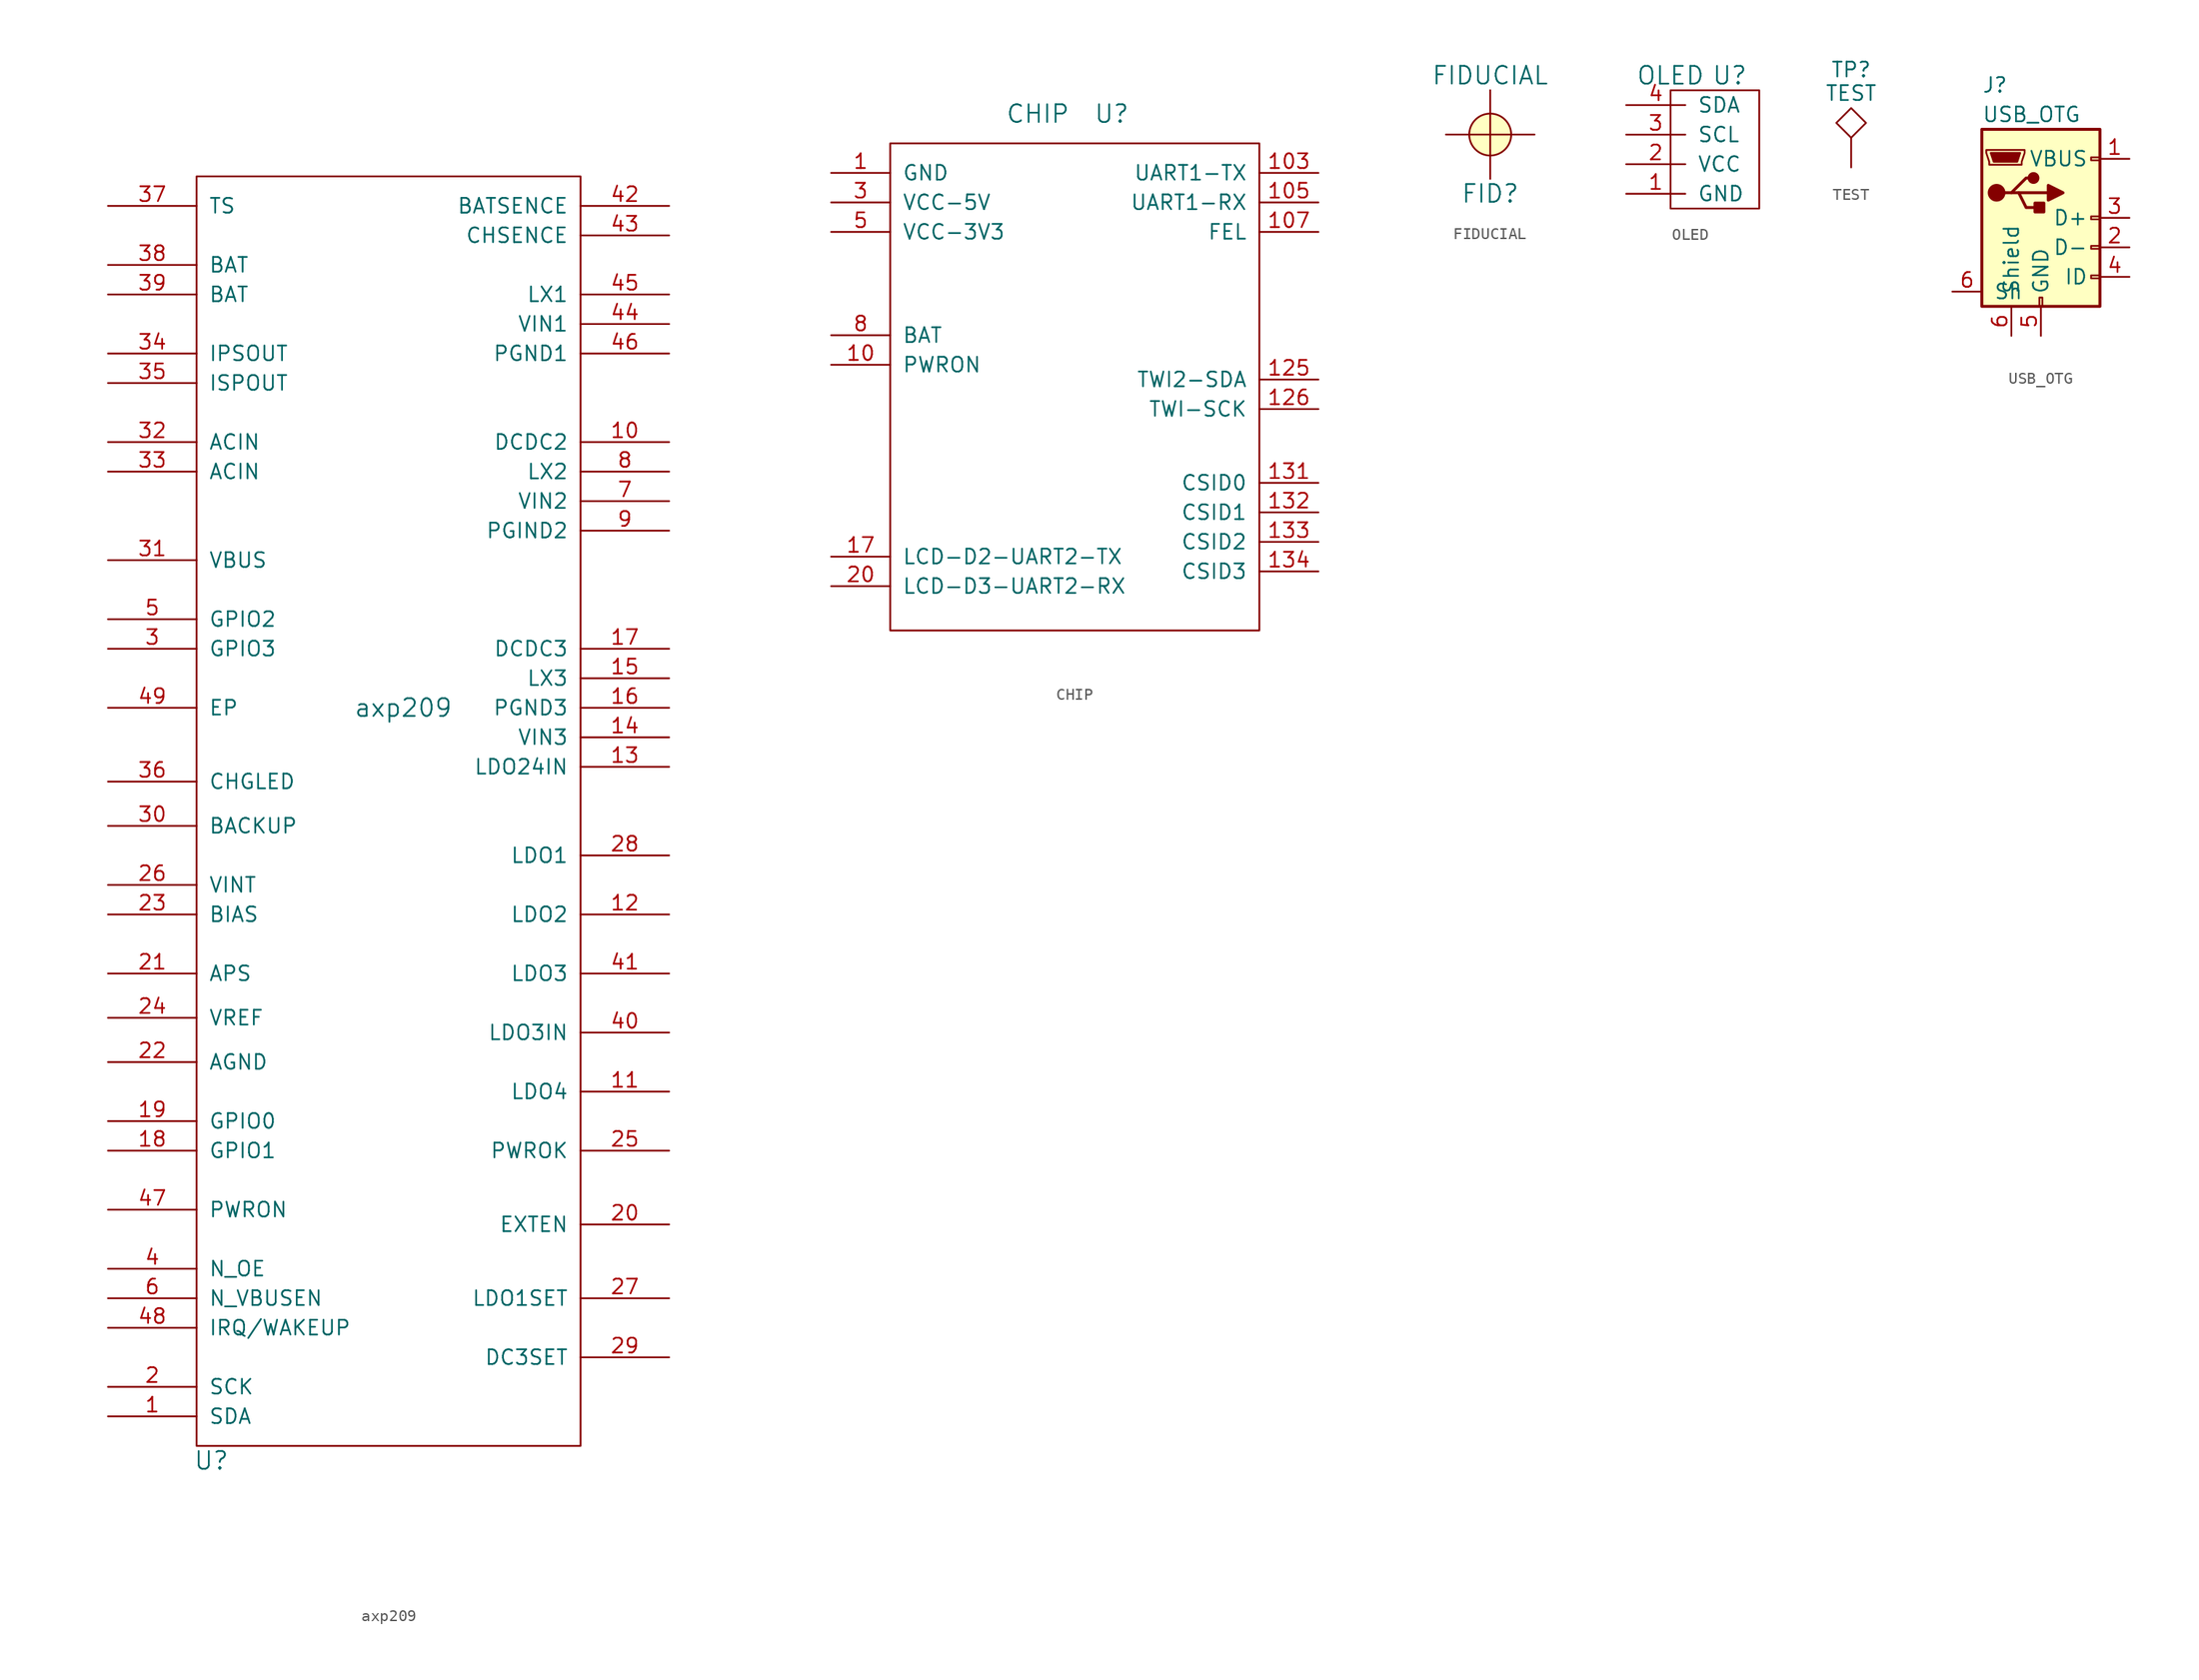
<source format=kicad_sym>
(kicad_symbol_lib
  (version 20220914)
  (generator kicad_symbol_editor)
  (symbol "axp209"
    (pin_names
      (offset 1.016))
    (property "Reference" "U"
      (at -16.51 -59.69 0)
      (effects (font (size 1.524 1.524))))
    (property "Value" "axp209"
      (at 0 5.08 0)
      (effects (font (size 1.524 1.524))))
    (property "Footprint" ""
      (at 0 1.27 0)
      (effects (font (size 1.524 1.524))))
    (property "Datasheet" ""
      (at 0 1.27 0)
      (effects (font (size 1.524 1.524))))
    (symbol "axp209_0_1"
      (rectangle (start -17.78 50.8) (end 15.24 -58.42) (stroke (width 0) (type default)) (fill (type none))))
    (symbol "axp209_1_1"
      (pin bidirectional line (at -25.4 -55.88 0) (length 7.62) (name "SDA" (effects (font (size 1.27 1.27)))) (number "1" (effects (font (size 1.27 1.27)))))
      (pin input line (at 22.86 27.94 180) (length 7.62) (name "DCDC2" (effects (font (size 1.27 1.27)))) (number "10" (effects (font (size 1.27 1.27)))))
      (pin input line (at 22.86 -27.94 180) (length 7.62) (name "LDO4" (effects (font (size 1.27 1.27)))) (number "11" (effects (font (size 1.27 1.27)))))
      (pin output line (at 22.86 -12.7 180) (length 7.62) (name "LDO2" (effects (font (size 1.27 1.27)))) (number "12" (effects (font (size 1.27 1.27)))))
      (pin power_in line (at 22.86 0 180) (length 7.62) (name "LDO24IN" (effects (font (size 1.27 1.27)))) (number "13" (effects (font (size 1.27 1.27)))))
      (pin power_in line (at 22.86 2.54 180) (length 7.62) (name "VIN3" (effects (font (size 1.27 1.27)))) (number "14" (effects (font (size 1.27 1.27)))))
      (pin bidirectional line (at 22.86 7.62 180) (length 7.62) (name "LX3" (effects (font (size 1.27 1.27)))) (number "15" (effects (font (size 1.27 1.27)))))
      (pin power_in line (at 22.86 5.08 180) (length 7.62) (name "PGND3" (effects (font (size 1.27 1.27)))) (number "16" (effects (font (size 1.27 1.27)))))
      (pin input line (at 22.86 10.16 180) (length 7.62) (name "DCDC3" (effects (font (size 1.27 1.27)))) (number "17" (effects (font (size 1.27 1.27)))))
      (pin bidirectional line (at -25.4 -33.02 0) (length 7.62) (name "GPIO1" (effects (font (size 1.27 1.27)))) (number "18" (effects (font (size 1.27 1.27)))))
      (pin bidirectional line (at -25.4 -30.48 0) (length 7.62) (name "GPIO0" (effects (font (size 1.27 1.27)))) (number "19" (effects (font (size 1.27 1.27)))))
      (pin input line (at -25.4 -53.34 0) (length 7.62) (name "SCK" (effects (font (size 1.27 1.27)))) (number "2" (effects (font (size 1.27 1.27)))))
      (pin output line (at 22.86 -39.37 180) (length 7.62) (name "EXTEN" (effects (font (size 1.27 1.27)))) (number "20" (effects (font (size 1.27 1.27)))))
      (pin power_in line (at -25.4 -17.78 0) (length 7.62) (name "APS" (effects (font (size 1.27 1.27)))) (number "21" (effects (font (size 1.27 1.27)))))
      (pin power_in line (at -25.4 -25.4 0) (length 7.62) (name "AGND" (effects (font (size 1.27 1.27)))) (number "22" (effects (font (size 1.27 1.27)))))
      (pin bidirectional line (at -25.4 -12.7 0) (length 7.62) (name "BIAS" (effects (font (size 1.27 1.27)))) (number "23" (effects (font (size 1.27 1.27)))))
      (pin output line (at -25.4 -21.59 0) (length 7.62) (name "VREF" (effects (font (size 1.27 1.27)))) (number "24" (effects (font (size 1.27 1.27)))))
      (pin output line (at 22.86 -33.02 180) (length 7.62) (name "PWROK" (effects (font (size 1.27 1.27)))) (number "25" (effects (font (size 1.27 1.27)))))
      (pin bidirectional line (at -25.4 -10.16 0) (length 7.62) (name "VINT" (effects (font (size 1.27 1.27)))) (number "26" (effects (font (size 1.27 1.27)))))
      (pin input line (at 22.86 -45.72 180) (length 7.62) (name "LDO1SET" (effects (font (size 1.27 1.27)))) (number "27" (effects (font (size 1.27 1.27)))))
      (pin power_out line (at 22.86 -7.62 180) (length 7.62) (name "LDO1" (effects (font (size 1.27 1.27)))) (number "28" (effects (font (size 1.27 1.27)))))
      (pin input line (at 22.86 -50.8 180) (length 7.62) (name "DC3SET" (effects (font (size 1.27 1.27)))) (number "29" (effects (font (size 1.27 1.27)))))
      (pin bidirectional line (at -25.4 10.16 0) (length 7.62) (name "GPIO3" (effects (font (size 1.27 1.27)))) (number "3" (effects (font (size 1.27 1.27)))))
      (pin bidirectional line (at -25.4 -5.08 0) (length 7.62) (name "BACKUP" (effects (font (size 1.27 1.27)))) (number "30" (effects (font (size 1.27 1.27)))))
      (pin power_in line (at -25.4 17.78 0) (length 7.62) (name "VBUS" (effects (font (size 1.27 1.27)))) (number "31" (effects (font (size 1.27 1.27)))))
      (pin power_in line (at -25.4 27.94 0) (length 7.62) (name "ACIN" (effects (font (size 1.27 1.27)))) (number "32" (effects (font (size 1.27 1.27)))))
      (pin power_in line (at -25.4 25.4 0) (length 7.62) (name "ACIN" (effects (font (size 1.27 1.27)))) (number "33" (effects (font (size 1.27 1.27)))))
      (pin power_out line (at -25.4 35.56 0) (length 7.62) (name "IPSOUT" (effects (font (size 1.27 1.27)))) (number "34" (effects (font (size 1.27 1.27)))))
      (pin passive line (at -25.4 33.02 0) (length 7.62) (name "ISPOUT" (effects (font (size 1.27 1.27)))) (number "35" (effects (font (size 1.27 1.27)))))
      (pin output line (at -25.4 -1.27 0) (length 7.62) (name "CHGLED" (effects (font (size 1.27 1.27)))) (number "36" (effects (font (size 1.27 1.27)))))
      (pin input line (at -25.4 48.26 0) (length 7.62) (name "TS" (effects (font (size 1.27 1.27)))) (number "37" (effects (font (size 1.27 1.27)))))
      (pin power_in line (at -25.4 43.18 0) (length 7.62) (name "BAT" (effects (font (size 1.27 1.27)))) (number "38" (effects (font (size 1.27 1.27)))))
      (pin input line (at -25.4 40.64 0) (length 7.62) (name "BAT" (effects (font (size 1.27 1.27)))) (number "39" (effects (font (size 1.27 1.27)))))
      (pin input line (at -25.4 -43.18 0) (length 7.62) (name "N_OE" (effects (font (size 1.27 1.27)))) (number "4" (effects (font (size 1.27 1.27)))))
      (pin input line (at 22.86 -22.86 180) (length 7.62) (name "LDO3IN" (effects (font (size 1.27 1.27)))) (number "40" (effects (font (size 1.27 1.27)))))
      (pin input line (at 22.86 -17.78 180) (length 7.62) (name "LDO3" (effects (font (size 1.27 1.27)))) (number "41" (effects (font (size 1.27 1.27)))))
      (pin input line (at 22.86 48.26 180) (length 7.62) (name "BATSENCE" (effects (font (size 1.27 1.27)))) (number "42" (effects (font (size 1.27 1.27)))))
      (pin output line (at 22.86 45.72 180) (length 7.62) (name "CHSENCE" (effects (font (size 1.27 1.27)))) (number "43" (effects (font (size 1.27 1.27)))))
      (pin power_in line (at 22.86 38.1 180) (length 7.62) (name "VIN1" (effects (font (size 1.27 1.27)))) (number "44" (effects (font (size 1.27 1.27)))))
      (pin bidirectional line (at 22.86 40.64 180) (length 7.62) (name "LX1" (effects (font (size 1.27 1.27)))) (number "45" (effects (font (size 1.27 1.27)))))
      (pin power_in line (at 22.86 35.56 180) (length 7.62) (name "PGND1" (effects (font (size 1.27 1.27)))) (number "46" (effects (font (size 1.27 1.27)))))
      (pin input line (at -25.4 -38.1 0) (length 7.62) (name "PWRON" (effects (font (size 1.27 1.27)))) (number "47" (effects (font (size 1.27 1.27)))))
      (pin bidirectional line (at -25.4 -48.26 0) (length 7.62) (name "IRQ/WAKEUP" (effects (font (size 1.27 1.27)))) (number "48" (effects (font (size 1.27 1.27)))))
      (pin power_in line (at -25.4 5.08 0) (length 7.62) (name "EP" (effects (font (size 1.27 1.27)))) (number "49" (effects (font (size 1.27 1.27)))))
      (pin bidirectional line (at -25.4 12.7 0) (length 7.62) (name "GPIO2" (effects (font (size 1.27 1.27)))) (number "5" (effects (font (size 1.27 1.27)))))
      (pin input line (at -25.4 -45.72 0) (length 7.62) (name "N_VBUSEN" (effects (font (size 1.27 1.27)))) (number "6" (effects (font (size 1.27 1.27)))))
      (pin power_in line (at 22.86 22.86 180) (length 7.62) (name "VIN2" (effects (font (size 1.27 1.27)))) (number "7" (effects (font (size 1.27 1.27)))))
      (pin bidirectional line (at 22.86 25.4 180) (length 7.62) (name "LX2" (effects (font (size 1.27 1.27)))) (number "8" (effects (font (size 1.27 1.27)))))
      (pin power_in line (at 22.86 20.32 180) (length 7.62) (name "PGIND2" (effects (font (size 1.27 1.27)))) (number "9" (effects (font (size 1.27 1.27)))))))
  (symbol "CHIP"
    (pin_names
      (offset 1.016))
    (property "Reference" "U"
      (at 2.54 17.78 0)
      (effects (font (size 1.524 1.524))))
    (property "Value" "CHIP"
      (at -3.81 17.78 0)
      (effects (font (size 1.524 1.524))))
    (symbol "CHIP_0_1"
      (rectangle (start 15.24 15.24) (end -16.51 -26.67) (stroke (width 0) (type default)) (fill (type none))))
    (symbol "CHIP_1_1"
      (pin power_in line (at -21.59 12.7 0) (length 5.08) (name "GND" (effects (font (size 1.27 1.27)))) (number "1" (effects (font (size 1.27 1.27)))))
      (pin input line (at -21.59 -3.81 0) (length 5.08) (name "PWRON" (effects (font (size 1.27 1.27)))) (number "10" (effects (font (size 1.27 1.27)))))
      (pin output line (at 20.32 12.7 180) (length 5.08) (name "UART1-TX" (effects (font (size 1.27 1.27)))) (number "103" (effects (font (size 1.27 1.27)))))
      (pin input line (at 20.32 10.16 180) (length 5.08) (name "UART1-RX" (effects (font (size 1.27 1.27)))) (number "105" (effects (font (size 1.27 1.27)))))
      (pin input line (at 20.32 7.62 180) (length 5.08) (name "FEL" (effects (font (size 1.27 1.27)))) (number "107" (effects (font (size 1.27 1.27)))))
      (pin input line (at 20.32 -5.08 180) (length 5.08) (name "TWI2-SDA" (effects (font (size 1.27 1.27)))) (number "125" (effects (font (size 1.27 1.27)))))
      (pin input line (at 20.32 -7.62 180) (length 5.08) (name "TWI-SCK" (effects (font (size 1.27 1.27)))) (number "126" (effects (font (size 1.27 1.27)))))
      (pin bidirectional line (at 20.32 -13.97 180) (length 5.08) (name "CSID0" (effects (font (size 1.27 1.27)))) (number "131" (effects (font (size 1.27 1.27)))))
      (pin bidirectional line (at 20.32 -16.51 180) (length 5.08) (name "CSID1" (effects (font (size 1.27 1.27)))) (number "132" (effects (font (size 1.27 1.27)))))
      (pin bidirectional line (at 20.32 -19.05 180) (length 5.08) (name "CSID2" (effects (font (size 1.27 1.27)))) (number "133" (effects (font (size 1.27 1.27)))))
      (pin bidirectional line (at 20.32 -21.59 180) (length 5.08) (name "CSID3" (effects (font (size 1.27 1.27)))) (number "134" (effects (font (size 1.27 1.27)))))
      (pin output line (at -21.59 -20.32 0) (length 5.08) (name "LCD-D2-UART2-TX" (effects (font (size 1.27 1.27)))) (number "17" (effects (font (size 1.27 1.27)))))
      (pin input line (at -21.59 -22.86 0) (length 5.08) (name "LCD-D3-UART2-RX" (effects (font (size 1.27 1.27)))) (number "20" (effects (font (size 1.27 1.27)))))
      (pin power_out line (at -21.59 10.16 0) (length 5.08) (name "VCC-5V" (effects (font (size 1.27 1.27)))) (number "3" (effects (font (size 1.27 1.27)))))
      (pin power_out line (at -21.59 7.62 0) (length 5.08) (name "VCC-3V3" (effects (font (size 1.27 1.27)))) (number "5" (effects (font (size 1.27 1.27)))))
      (pin power_in line (at -21.59 -1.27 0) (length 5.08) (name "BAT" (effects (font (size 1.27 1.27)))) (number "8" (effects (font (size 1.27 1.27)))))))
  (symbol "FIDUCIAL"
    (pin_names
      (offset 1.016))
    (property "Reference" "FID"
      (at 0 -5.08 0)
      (effects (font (size 1.524 1.524))))
    (property "Value" "FIDUCIAL"
      (at 0 5.08 0)
      (effects (font (size 1.524 1.524))))
    (symbol "FIDUCIAL_0_1"
      (polyline (pts (xy -3.81 0) (xy 3.81 0)) (stroke (width 0) (type default)) (fill (type none)))
      (polyline (pts (xy 0 3.81) (xy 0 -3.81)) (stroke (width 0) (type default)) (fill (type none)))
      (circle (center 0 0) (radius 1.803) (stroke (width 0) (type default)) (fill (type background)))))
  (symbol "OLED"
    (pin_names
      (offset 1.016))
    (property "Reference" "U"
      (at 1.27 6.35 0)
      (effects (font (size 1.524 1.524))))
    (property "Value" "OLED"
      (at -3.81 6.35 0)
      (effects (font (size 1.524 1.524))))
    (symbol "OLED_0_1"
      (rectangle (start -3.81 5.08) (end 3.81 -5.08) (stroke (width 0) (type default)) (fill (type none))))
    (symbol "OLED_1_1"
      (pin power_in line (at -7.62 -3.81 0) (length 5.08) (name "GND" (effects (font (size 1.27 1.27)))) (number "1" (effects (font (size 1.27 1.27)))))
      (pin power_in line (at -7.62 -1.27 0) (length 5.08) (name "VCC" (effects (font (size 1.27 1.27)))) (number "2" (effects (font (size 1.27 1.27)))))
      (pin input line (at -7.62 1.27 0) (length 5.08) (name "SCL" (effects (font (size 1.27 1.27)))) (number "3" (effects (font (size 1.27 1.27)))))
      (pin input line (at -7.62 3.81 0) (length 5.08) (name "SDA" (effects (font (size 1.27 1.27)))) (number "4" (effects (font (size 1.27 1.27)))))))
  (symbol "TEST"
    (pin_numbers hide)
    (pin_names
      (offset 1.016) hide)
    (property "Reference" "TP"
      (at 0 7.62 0)
      (effects (font (size 1.27 1.27)) (justify bottom)))
    (property "Value" "TEST"
      (at 0 6.35 0)
      (effects (font (size 1.27 1.27))))
    (symbol "TEST_0_1"
      (polyline (pts (xy 0 5.08) (xy -1.27 3.81) (xy 0 2.54) (xy 1.27 3.81) (xy 0 5.08) (xy 0 5.08)) (stroke (width 0) (type default)) (fill (type none))))
    (symbol "TEST_1_1"
      (pin passive line (at 0 0 90) (length 2.54) (name "~" (effects (font (size 1.27 1.27)))) (number "1" (effects (font (size 1.27 1.27)))))))
  (symbol "USB_OTG"
    (pin_names
      (offset 1.016))
    (property "Reference" "J"
      (at -5.08 11.43 0)
      (effects (font (size 1.27 1.27)) (justify left)))
    (property "Value" "USB_OTG"
      (at -5.08 8.89 0)
      (effects (font (size 1.27 1.27)) (justify left)))
    (symbol "USB_OTG_0_1"
      (rectangle (start -5.08 -7.62) (end 5.08 7.62) (stroke (width 0.254) (type default)) (fill (type background)))
      (circle (center -3.81 2.159) (radius 0.635) (stroke (width 0.254) (type default)) (fill (type outline)))
      (circle (center -0.635 3.429) (radius 0.381) (stroke (width 0.254) (type default)) (fill (type outline)))
      (rectangle (start -0.127 -7.62) (end 0.127 -6.858) (stroke (width 0) (type default)) (fill (type none)))
      (polyline (pts (xy -1.905 2.159) (xy 0.635 2.159)) (stroke (width 0.254) (type default)) (fill (type none)))
      (polyline (pts (xy -3.175 2.159) (xy -2.54 2.159) (xy -1.27 3.429) (xy -0.635 3.429)) (stroke (width 0.254) (type default)) (fill (type none)))
      (polyline (pts (xy -2.54 2.159) (xy -1.905 2.159) (xy -1.27 0.889) (xy 0 0.889)) (stroke (width 0.254) (type default)) (fill (type none)))
      (polyline (pts (xy 0.635 2.794) (xy 0.635 1.524) (xy 1.905 2.159) (xy 0.635 2.794)) (stroke (width 0.254) (type default)) (fill (type outline)))
      (polyline (pts (xy -4.318 5.588) (xy -1.778 5.588) (xy -2.032 4.826) (xy -4.064 4.826) (xy -4.318 5.588)) (stroke (width 0) (type default)) (fill (type outline)))
      (polyline (pts (xy -4.699 5.842) (xy -4.699 5.588) (xy -4.445 4.826) (xy -4.445 4.572) (xy -1.651 4.572) (xy -1.651 4.826) (xy -1.397 5.588) (xy -1.397 5.842) (xy -4.699 5.842)) (stroke (width 0) (type default)) (fill (type none)))
      (rectangle (start 0.254 1.27) (end -0.508 0.508) (stroke (width 0.254) (type default)) (fill (type outline)))
      (rectangle (start 5.08 -5.207) (end 4.318 -4.953) (stroke (width 0) (type default)) (fill (type none)))
      (rectangle (start 5.08 -2.667) (end 4.318 -2.413) (stroke (width 0) (type default)) (fill (type none)))
      (rectangle (start 5.08 -0.127) (end 4.318 0.127) (stroke (width 0) (type default)) (fill (type none)))
      (rectangle (start 5.08 4.953) (end 4.318 5.207) (stroke (width 0) (type default)) (fill (type none))))
    (symbol "USB_OTG_1_1"
      (pin power_in line (at 7.62 5.08 180) (length 2.54) (name "VBUS" (effects (font (size 1.27 1.27)))) (number "1" (effects (font (size 1.27 1.27)))))
      (pin passive line (at 7.62 -2.54 180) (length 2.54) (name "D-" (effects (font (size 1.27 1.27)))) (number "2" (effects (font (size 1.27 1.27)))))
      (pin passive line (at 7.62 0 180) (length 2.54) (name "D+" (effects (font (size 1.27 1.27)))) (number "3" (effects (font (size 1.27 1.27)))))
      (pin passive line (at 7.62 -5.08 180) (length 2.54) (name "ID" (effects (font (size 1.27 1.27)))) (number "4" (effects (font (size 1.27 1.27)))))
      (pin power_in line (at 0 -10.16 90) (length 2.54) (name "GND" (effects (font (size 1.27 1.27)))) (number "5" (effects (font (size 1.27 1.27)))))
      (pin passive line (at -7.62 -6.35 0) (length 2.54) (name "Sh" (effects (font (size 1.27 1.27)))) (number "6" (effects (font (size 1.27 1.27)))))
      (pin passive line (at -2.54 -10.16 90) (length 2.54) (name "Shield" (effects (font (size 1.27 1.27)))) (number "6" (effects (font (size 1.27 1.27))))))))
</source>
